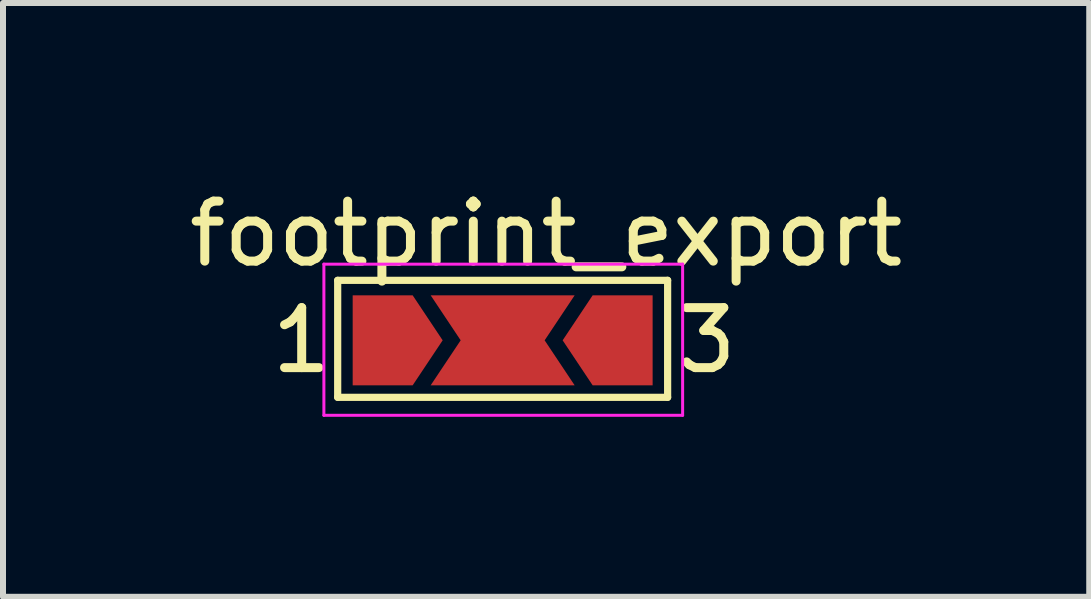
<source format=kicad_pcb>
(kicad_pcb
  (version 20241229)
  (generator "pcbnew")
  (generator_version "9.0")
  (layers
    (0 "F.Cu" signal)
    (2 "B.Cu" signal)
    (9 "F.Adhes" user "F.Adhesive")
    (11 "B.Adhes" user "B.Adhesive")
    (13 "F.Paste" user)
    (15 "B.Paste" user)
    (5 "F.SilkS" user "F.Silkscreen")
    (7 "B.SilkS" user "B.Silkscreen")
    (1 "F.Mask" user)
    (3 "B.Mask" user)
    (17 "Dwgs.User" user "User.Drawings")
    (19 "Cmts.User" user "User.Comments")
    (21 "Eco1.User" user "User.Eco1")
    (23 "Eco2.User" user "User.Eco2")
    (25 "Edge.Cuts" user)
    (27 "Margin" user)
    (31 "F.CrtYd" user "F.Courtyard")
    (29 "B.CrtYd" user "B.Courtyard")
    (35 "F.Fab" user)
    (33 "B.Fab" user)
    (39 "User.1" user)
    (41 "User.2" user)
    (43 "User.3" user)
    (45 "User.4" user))
  (footprint "footprint_export"
    (layer "F.Cu")
    (at 5.329 2.623)
    (property "Reference" "footprint_export" (at 0.725 -1.775 0) (layer "F.SilkS") (effects (font (size 1 1) (thickness 0.15))))
    (attr exclude_from_pos_files exclude_from_bom)
    (fp_line (start -2.75 -1) (end 2.75 -1) (stroke (width 0.12) (type solid)) (layer "F.SilkS"))
    (fp_line (start -2.75 0.95) (end -2.75 -1) (stroke (width 0.12) (type solid)) (layer "F.SilkS"))
    (fp_line (start 2.75 -1) (end 2.75 0.95) (stroke (width 0.12) (type solid)) (layer "F.SilkS"))
    (fp_line (start 2.75 0.95) (end -2.75 0.95) (stroke (width 0.12) (type solid)) (layer "F.SilkS"))
    (fp_line (start -2.98 -1.27) (end -2.98 1.25) (stroke (width 0.05) (type solid)) (layer "F.CrtYd"))
    (fp_line (start -2.98 -1.27) (end 3 -1.27) (stroke (width 0.05) (type solid)) (layer "F.CrtYd"))
    (fp_line (start 3 1.25) (end -2.98 1.25) (stroke (width 0.05) (type solid)) (layer "F.CrtYd"))
    (fp_line (start 3 1.25) (end 3 -1.27) (stroke (width 0.05) (type solid)) (layer "F.CrtYd"))
    (fp_text user "3" (at 3.4 0 0) (layer "F.SilkS") (effects (font (size 1 1) (thickness 0.15))))
    (fp_text user "1" (at -3.35 0 0) (layer "F.SilkS") (effects (font (size 1 1) (thickness 0.15))))
    (pad "" smd rect (at -1.2 0) (size 1.5 1.5) (layers "F.Mask"))
    (pad "" smd rect (at 1.2 0) (size 1.5 1.5) (layers "F.Mask"))
    (pad "1" smd custom (at -2 0) (size 0.3 0.3) (layers "F.Cu" "F.Mask") (options (anchor rect)) (primitives (gr_poly (pts (xy 1 0) (xy 0.5 0.75) (xy -0.5 0.75) (xy -0.5 -0.75) (xy 0.5 -0.75)) (width 0) (fill yes))))
    (pad "2" smd custom (at 0 0) (size 0.3 0.3) (layers "F.Cu") (options (anchor rect)) (primitives (gr_poly (pts (xy 0.7 0) (xy 1.2 0.75) (xy -1.2 0.75) (xy -0.7 0) (xy -1.2 -0.75) (xy 1.2 -0.75)) (width 0) (fill yes))))
    (pad "3" smd custom (at 2 0 180) (size 0.3 0.3) (layers "F.Cu" "F.Mask") (options (anchor rect)) (primitives (gr_poly (pts (xy 1 0) (xy 0.5 0.75) (xy -0.5 0.75) (xy -0.5 -0.75) (xy 0.5 -0.75)) (width 0) (fill yes)))))
  (gr_rect
    (start -3 -3)
    (end 15.107 6.898)
    (stroke (width 0.1) (type default))
    (fill no)
    (layer "Edge.Cuts")))
</source>
